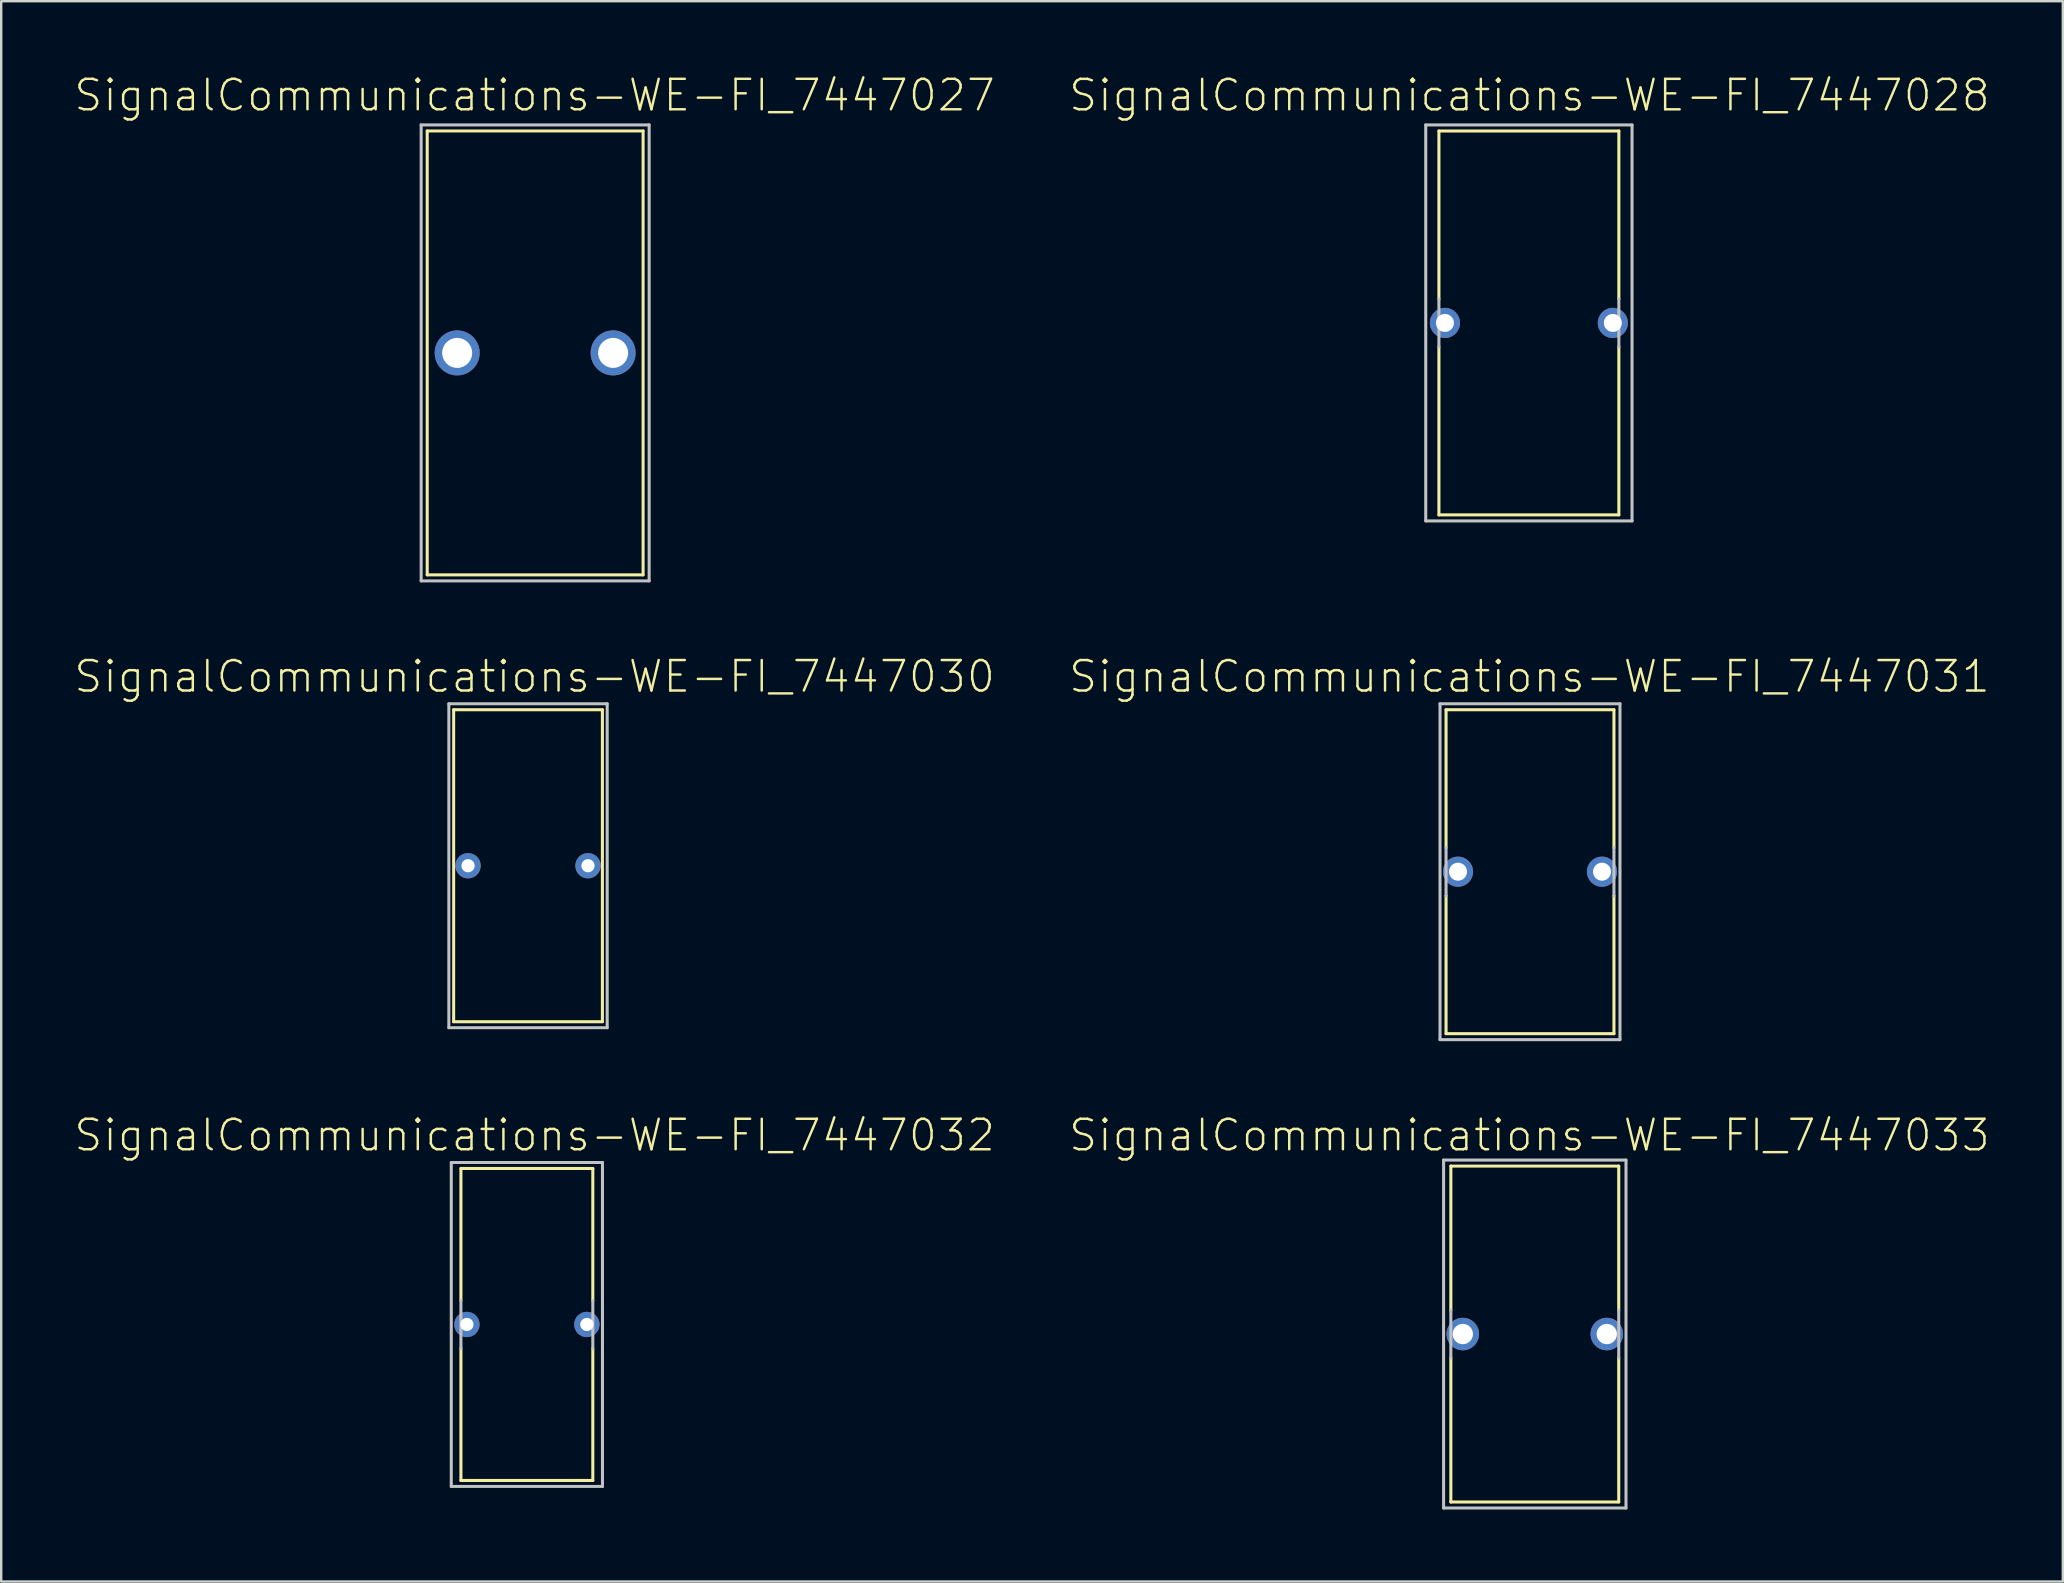
<source format=kicad_pcb>
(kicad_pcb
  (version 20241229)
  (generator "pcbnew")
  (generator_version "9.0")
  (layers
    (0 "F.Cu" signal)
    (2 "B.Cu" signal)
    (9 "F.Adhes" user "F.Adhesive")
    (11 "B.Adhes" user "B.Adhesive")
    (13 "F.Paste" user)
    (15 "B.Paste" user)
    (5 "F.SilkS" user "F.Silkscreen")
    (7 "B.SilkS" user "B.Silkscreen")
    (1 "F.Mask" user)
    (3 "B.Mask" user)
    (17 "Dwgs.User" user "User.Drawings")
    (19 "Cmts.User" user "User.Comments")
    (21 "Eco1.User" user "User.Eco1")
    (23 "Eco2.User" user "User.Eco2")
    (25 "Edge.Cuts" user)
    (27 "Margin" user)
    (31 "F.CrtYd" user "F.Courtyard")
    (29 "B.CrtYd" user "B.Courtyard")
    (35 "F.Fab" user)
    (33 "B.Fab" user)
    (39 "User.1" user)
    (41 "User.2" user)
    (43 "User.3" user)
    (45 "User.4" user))
  (footprint "SignalCommunications-WE-FI_7447028"
    (layer "F.Cu")
    (at 60.657 10.406)
    (property "Reference" "SignalCommunications-WE-FI_7447028" (at 0.023 -9.484 0) (layer "F.SilkS") (effects (font (size 1.27 1.27) (thickness 0.102))))
    (attr exclude_from_pos_files exclude_from_bom)
    (fp_line (start -3.749 -7.998) (end 3.749 -7.998) (stroke (width 0.127) (type solid)) (layer "F.SilkS"))
    (fp_line (start -3.749 -0.998) (end -3.749 -7.998) (stroke (width 0.127) (type solid)) (layer "F.SilkS"))
    (fp_line (start -3.749 0.998) (end -3.749 7.998) (stroke (width 0.127) (type solid)) (layer "F.SilkS"))
    (fp_line (start 3.749 -0.998) (end 3.749 -7.998) (stroke (width 0.127) (type solid)) (layer "F.SilkS"))
    (fp_line (start 3.749 0.998) (end 3.749 7.998) (stroke (width 0.127) (type solid)) (layer "F.SilkS"))
    (fp_line (start 3.749 7.998) (end -3.749 7.998) (stroke (width 0.127) (type solid)) (layer "F.SilkS"))
    (fp_line (start -4.298 -8.25) (end 4.298 -8.25) (stroke (width 0.127) (type solid)) (layer "Dwgs.User"))
    (fp_line (start -4.298 8.25) (end -4.298 -8.25) (stroke (width 0.127) (type solid)) (layer "Dwgs.User"))
    (fp_line (start -3.749 0.998) (end -3.749 -0.998) (stroke (width 0.127) (type solid)) (layer "Dwgs.User"))
    (fp_line (start 3.749 0.998) (end 3.749 -0.998) (stroke (width 0.127) (type solid)) (layer "Dwgs.User"))
    (fp_line (start 4.298 -8.25) (end 4.298 8.25) (stroke (width 0.127) (type solid)) (layer "Dwgs.User"))
    (fp_line (start 4.298 8.25) (end -4.298 8.25) (stroke (width 0.127) (type solid)) (layer "Dwgs.User"))
    (pad "1" thru_hole circle (at -3.498 0) (size 1.257 1.257) (drill 0.749) (layers "*.Cu" "*.Paste" "*.Mask"))
    (pad "2" thru_hole circle (at 3.498 0) (size 1.257 1.257) (drill 0.749) (layers "*.Cu" "*.Paste" "*.Mask")))
  (footprint "SignalCommunications-WE-FI_7447031"
    (layer "F.Cu")
    (at 60.703 33.273)
    (property "Reference" "SignalCommunications-WE-FI_7447031" (at -0.023 -8.133 0) (layer "F.SilkS") (effects (font (size 1.27 1.27) (thickness 0.102))))
    (attr exclude_from_pos_files exclude_from_bom)
    (fp_line (start -3.498 -6.749) (end 3.498 -6.749) (stroke (width 0.127) (type solid)) (layer "F.SilkS"))
    (fp_line (start -3.498 -0.998) (end -3.498 -6.749) (stroke (width 0.127) (type solid)) (layer "F.SilkS"))
    (fp_line (start -3.498 0.998) (end -3.498 6.749) (stroke (width 0.127) (type solid)) (layer "F.SilkS"))
    (fp_line (start 3.498 -0.998) (end 3.498 -6.749) (stroke (width 0.127) (type solid)) (layer "F.SilkS"))
    (fp_line (start 3.498 0.998) (end 3.498 6.749) (stroke (width 0.127) (type solid)) (layer "F.SilkS"))
    (fp_line (start 3.498 6.749) (end -3.498 6.749) (stroke (width 0.127) (type solid)) (layer "F.SilkS"))
    (fp_line (start -3.749 -6.998) (end 3.749 -6.998) (stroke (width 0.127) (type solid)) (layer "Dwgs.User"))
    (fp_line (start -3.749 6.998) (end -3.749 -6.998) (stroke (width 0.127) (type solid)) (layer "Dwgs.User"))
    (fp_line (start -3.498 0.998) (end -3.498 -0.998) (stroke (width 0.127) (type solid)) (layer "Dwgs.User"))
    (fp_line (start 3.498 0.998) (end 3.498 -0.998) (stroke (width 0.127) (type solid)) (layer "Dwgs.User"))
    (fp_line (start 3.749 -6.998) (end 3.749 6.998) (stroke (width 0.127) (type solid)) (layer "Dwgs.User"))
    (fp_line (start 3.749 6.998) (end -3.749 6.998) (stroke (width 0.127) (type solid)) (layer "Dwgs.User"))
    (pad "1" thru_hole circle (at -3 0) (size 1.257 1.257) (drill 0.749) (layers "*.Cu" "*.Paste" "*.Mask"))
    (pad "2" thru_hole circle (at 3 0) (size 1.257 1.257) (drill 0.749) (layers "*.Cu" "*.Paste" "*.Mask")))
  (footprint "SignalCommunications-WE-FI_7447032"
    (layer "F.Cu")
    (at 18.904 52.139)
    (property "Reference" "SignalCommunications-WE-FI_7447032" (at 0.323 -7.884 0) (layer "F.SilkS") (effects (font (size 1.27 1.27) (thickness 0.102))))
    (attr exclude_from_pos_files exclude_from_bom)
    (fp_line (start -2.748 -6.5) (end 2.748 -6.5) (stroke (width 0.127) (type solid)) (layer "F.SilkS"))
    (fp_line (start -2.748 -0.998) (end -2.748 -6.5) (stroke (width 0.127) (type solid)) (layer "F.SilkS"))
    (fp_line (start -2.748 0.998) (end -2.748 6.5) (stroke (width 0.127) (type solid)) (layer "F.SilkS"))
    (fp_line (start 2.748 -0.998) (end 2.748 -6.5) (stroke (width 0.127) (type solid)) (layer "F.SilkS"))
    (fp_line (start 2.748 0.998) (end 2.748 6.5) (stroke (width 0.127) (type solid)) (layer "F.SilkS"))
    (fp_line (start 2.748 6.5) (end -2.748 6.5) (stroke (width 0.127) (type solid)) (layer "F.SilkS"))
    (fp_line (start -3.15 -6.749) (end 3.15 -6.749) (stroke (width 0.127) (type solid)) (layer "Dwgs.User"))
    (fp_line (start -3.15 6.749) (end -3.15 -6.749) (stroke (width 0.127) (type solid)) (layer "Dwgs.User"))
    (fp_line (start -2.748 0.998) (end -2.748 -0.998) (stroke (width 0.127) (type solid)) (layer "Dwgs.User"))
    (fp_line (start 2.748 0.998) (end 2.748 -0.998) (stroke (width 0.127) (type solid)) (layer "Dwgs.User"))
    (fp_line (start 3.15 -6.749) (end 3.15 6.749) (stroke (width 0.127) (type solid)) (layer "Dwgs.User"))
    (fp_line (start 3.15 6.749) (end -3.15 6.749) (stroke (width 0.127) (type solid)) (layer "Dwgs.User"))
    (pad "1" thru_hole circle (at -2.499 0) (size 1.057 1.057) (drill 0.549) (layers "*.Cu" "*.Paste" "*.Mask"))
    (pad "2" thru_hole circle (at 2.499 0) (size 1.057 1.057) (drill 0.549) (layers "*.Cu" "*.Paste" "*.Mask")))
  (footprint "SignalCommunications-WE-FI_7447030"
    (layer "F.Cu")
    (at 18.952 33.024)
    (property "Reference" "SignalCommunications-WE-FI_7447030" (at 0.274 -7.884 0) (layer "F.SilkS") (effects (font (size 1.27 1.27) (thickness 0.102))))
    (attr exclude_from_pos_files exclude_from_bom)
    (fp_line (start -3.099 -6.5) (end 3.099 -6.5) (stroke (width 0.127) (type solid)) (layer "F.SilkS"))
    (fp_line (start -3.099 6.5) (end -3.099 -6.5) (stroke (width 0.127) (type solid)) (layer "F.SilkS"))
    (fp_line (start 3.099 -6.5) (end 3.099 6.5) (stroke (width 0.127) (type solid)) (layer "F.SilkS"))
    (fp_line (start 3.099 6.5) (end -3.099 6.5) (stroke (width 0.127) (type solid)) (layer "F.SilkS"))
    (fp_line (start -3.299 -6.749) (end 3.299 -6.749) (stroke (width 0.127) (type solid)) (layer "Dwgs.User"))
    (fp_line (start -3.299 6.749) (end -3.299 -6.749) (stroke (width 0.127) (type solid)) (layer "Dwgs.User"))
    (fp_line (start 3.299 -6.749) (end 3.299 6.749) (stroke (width 0.127) (type solid)) (layer "Dwgs.User"))
    (fp_line (start 3.299 6.749) (end -3.299 6.749) (stroke (width 0.127) (type solid)) (layer "Dwgs.User"))
    (pad "1" thru_hole circle (at -2.499 0) (size 1.057 1.057) (drill 0.549) (layers "*.Cu" "*.Paste" "*.Mask"))
    (pad "2" thru_hole circle (at 2.499 0) (size 1.057 1.057) (drill 0.549) (layers "*.Cu" "*.Paste" "*.Mask")))
  (footprint "SignalCommunications-WE-FI_7447033"
    (layer "F.Cu")
    (at 60.903 52.538)
    (property "Reference" "SignalCommunications-WE-FI_7447033" (at -0.224 -8.283 0) (layer "F.SilkS") (effects (font (size 1.27 1.27) (thickness 0.102))))
    (attr exclude_from_pos_files exclude_from_bom)
    (fp_line (start -3.498 -6.998) (end 3.498 -6.998) (stroke (width 0.127) (type solid)) (layer "F.SilkS"))
    (fp_line (start -3.498 -0.998) (end -3.498 -6.998) (stroke (width 0.127) (type solid)) (layer "F.SilkS"))
    (fp_line (start -3.498 6.998) (end -3.498 0.998) (stroke (width 0.127) (type solid)) (layer "F.SilkS"))
    (fp_line (start 3.498 -0.998) (end 3.498 -6.998) (stroke (width 0.127) (type solid)) (layer "F.SilkS"))
    (fp_line (start 3.498 6.998) (end -3.498 6.998) (stroke (width 0.127) (type solid)) (layer "F.SilkS"))
    (fp_line (start 3.498 6.998) (end 3.498 0.998) (stroke (width 0.127) (type solid)) (layer "F.SilkS"))
    (fp_line (start -3.8 -7.249) (end 3.8 -7.249) (stroke (width 0.127) (type solid)) (layer "Dwgs.User"))
    (fp_line (start -3.8 7.249) (end -3.8 -7.249) (stroke (width 0.127) (type solid)) (layer "Dwgs.User"))
    (fp_line (start -3.498 0.998) (end -3.498 -0.998) (stroke (width 0.127) (type solid)) (layer "Dwgs.User"))
    (fp_line (start 3.498 0.998) (end 3.498 -0.998) (stroke (width 0.127) (type solid)) (layer "Dwgs.User"))
    (fp_line (start 3.8 -7.249) (end 3.8 7.249) (stroke (width 0.127) (type solid)) (layer "Dwgs.User"))
    (fp_line (start 3.8 7.249) (end -3.8 7.249) (stroke (width 0.127) (type solid)) (layer "Dwgs.User"))
    (pad "1" thru_hole circle (at -3 0) (size 1.356 1.356) (drill 0.848) (layers "*.Cu" "*.Paste" "*.Mask"))
    (pad "2" thru_hole circle (at 3 0) (size 1.356 1.356) (drill 0.848) (layers "*.Cu" "*.Paste" "*.Mask")))
  (footprint "SignalCommunications-WE-FI_7447027"
    (layer "F.Cu")
    (at 19.249 11.655)
    (property "Reference" "SignalCommunications-WE-FI_7447027" (at -0.023 -10.734 0) (layer "F.SilkS") (effects (font (size 1.27 1.27) (thickness 0.102))))
    (attr exclude_from_pos_files exclude_from_bom)
    (fp_line (start -4.498 -9.248) (end 4.498 -9.248) (stroke (width 0.127) (type solid)) (layer "F.SilkS"))
    (fp_line (start -4.498 9.248) (end -4.498 -9.248) (stroke (width 0.127) (type solid)) (layer "F.SilkS"))
    (fp_line (start 4.498 -9.248) (end 4.498 9.248) (stroke (width 0.127) (type solid)) (layer "F.SilkS"))
    (fp_line (start 4.498 9.248) (end -4.498 9.248) (stroke (width 0.127) (type solid)) (layer "F.SilkS"))
    (fp_line (start -4.75 -9.5) (end 4.75 -9.5) (stroke (width 0.127) (type solid)) (layer "Dwgs.User"))
    (fp_line (start -4.75 9.5) (end -4.75 -9.5) (stroke (width 0.127) (type solid)) (layer "Dwgs.User"))
    (fp_line (start 4.75 -9.5) (end 4.75 9.5) (stroke (width 0.127) (type solid)) (layer "Dwgs.User"))
    (fp_line (start 4.75 9.5) (end -4.75 9.5) (stroke (width 0.127) (type solid)) (layer "Dwgs.User"))
    (pad "1" thru_hole circle (at -3.249 0) (size 1.875 1.875) (drill 1.25) (layers "*.Cu" "*.Paste" "*.Mask"))
    (pad "2" thru_hole circle (at 3.249 0) (size 1.875 1.875) (drill 1.25) (layers "*.Cu" "*.Paste" "*.Mask")))
  (gr_rect
    (start -3 -3)
    (end 82.906 62.851)
    (stroke (width 0.1) (type default))
    (fill no)
    (layer "Edge.Cuts")))
</source>
